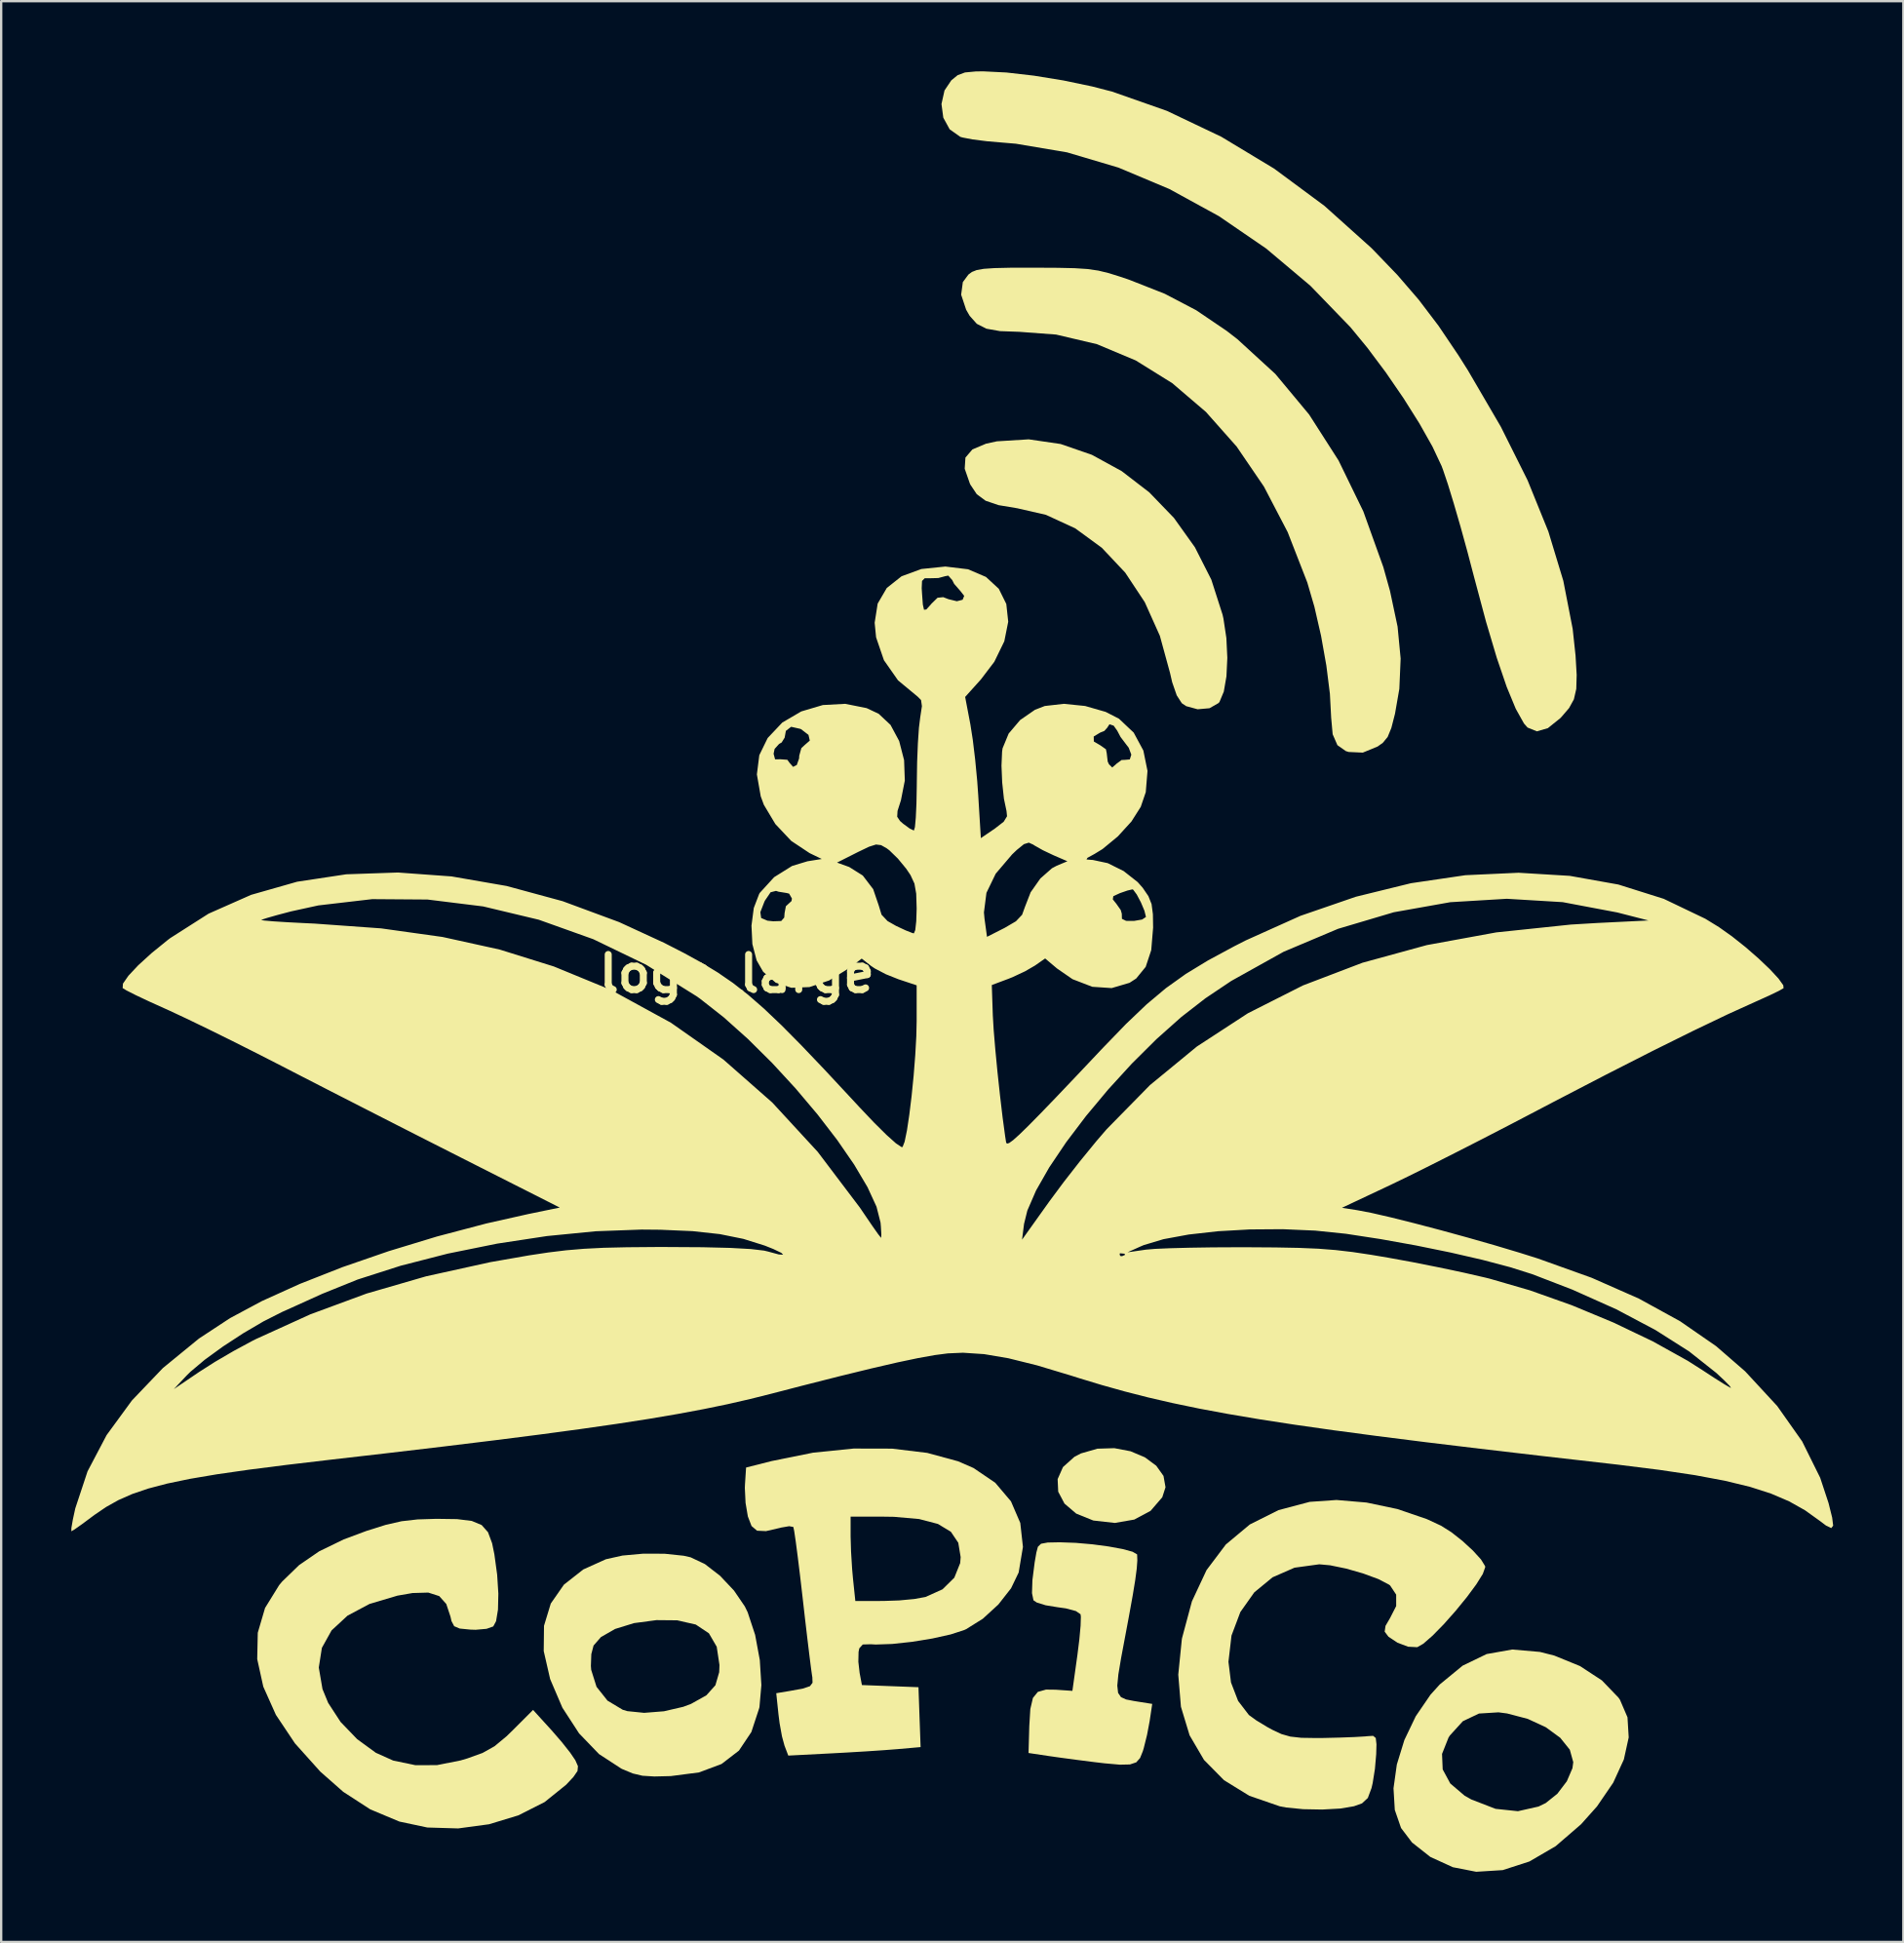
<source format=kicad_pcb>
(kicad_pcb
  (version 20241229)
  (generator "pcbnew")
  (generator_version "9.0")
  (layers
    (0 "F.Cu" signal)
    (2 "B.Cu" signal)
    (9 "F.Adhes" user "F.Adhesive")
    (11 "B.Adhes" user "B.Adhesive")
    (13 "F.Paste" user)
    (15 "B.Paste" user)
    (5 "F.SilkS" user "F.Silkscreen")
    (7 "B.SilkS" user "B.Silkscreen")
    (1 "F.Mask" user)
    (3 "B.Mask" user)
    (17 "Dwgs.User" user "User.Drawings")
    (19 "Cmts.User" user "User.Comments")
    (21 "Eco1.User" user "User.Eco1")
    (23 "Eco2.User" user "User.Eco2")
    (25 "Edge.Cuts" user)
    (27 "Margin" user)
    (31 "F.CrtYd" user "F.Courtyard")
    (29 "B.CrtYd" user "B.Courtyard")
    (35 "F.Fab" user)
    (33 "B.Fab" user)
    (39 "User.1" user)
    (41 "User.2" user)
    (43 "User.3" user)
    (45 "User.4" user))
  (footprint "logo_large"
    (layer "F.Cu")
    (at 28.447 38.569)
    (property "Reference" "logo_large" (at 0 0 0) (layer "F.SilkS") (effects (font (size 1.5 1.5) (thickness 0.3))))
    (attr board_only exclude_from_pos_files exclude_from_bom)
    (fp_poly (pts (xy 16.825 20.411) (xy 17.438 20.67) (xy 17.924 21.03) (xy 18.234 21.465) (xy 18.32 21.95) (xy 18.182 22.377) (xy 17.681 22.959) (xy 16.986 23.331) (xy 16.154 23.475) (xy 15.239 23.372) (xy 15.228 23.369) (xy 14.503 23.076) (xy 14.001 22.648) (xy 13.733 22.139) (xy 13.709 21.602) (xy 13.937 21.087) (xy 14.426 20.649) (xy 14.707 20.503) (xy 15.411 20.301) (xy 16.133 20.279)) (stroke (width 0) (type solid)) (fill yes) (layer "F.SilkS"))
    (fp_poly (pts (xy 13.837 -22.641) (xy 15.173 -22.179) (xy 16.447 -21.482) (xy 17.627 -20.574) (xy 18.68 -19.482) (xy 19.575 -18.23) (xy 20.278 -16.843) (xy 20.758 -15.348) (xy 20.796 -15.179) (xy 20.921 -14.349) (xy 20.962 -13.5) (xy 20.924 -12.71) (xy 20.811 -12.057) (xy 20.628 -11.619) (xy 20.59 -11.571) (xy 20.201 -11.348) (xy 19.693 -11.303) (xy 19.203 -11.436) (xy 19.015 -11.563) (xy 18.799 -11.898) (xy 18.604 -12.46) (xy 18.513 -12.855) (xy 18.079 -14.442) (xy 17.433 -15.881) (xy 16.597 -17.144) (xy 15.598 -18.205) (xy 14.46 -19.037) (xy 13.208 -19.614) (xy 11.982 -19.895) (xy 11.184 -20.028) (xy 10.63 -20.216) (xy 10.252 -20.496) (xy 9.981 -20.902) (xy 9.956 -20.954) (xy 9.737 -21.584) (xy 9.768 -22.061) (xy 10.066 -22.41) (xy 10.645 -22.654) (xy 11.111 -22.756) (xy 12.473 -22.841)) (stroke (width 0) (type solid)) (fill yes) (layer "F.SilkS"))
    (fp_poly (pts (xy 34.323 28.988) (xy 34.937 29.144) (xy 36.037 29.593) (xy 36.973 30.206) (xy 37.677 30.937) (xy 37.745 31.035) (xy 38.066 31.782) (xy 38.118 32.642) (xy 37.911 33.584) (xy 37.456 34.578) (xy 36.762 35.592) (xy 36.081 36.355) (xy 34.996 37.291) (xy 33.872 37.946) (xy 32.732 38.314) (xy 31.599 38.385) (xy 30.601 38.19) (xy 29.638 37.75) (xy 28.857 37.134) (xy 28.387 36.514) (xy 28.12 35.741) (xy 28.065 34.817) (xy 28.207 33.8) (xy 28.346 33.348) (xy 30.139 33.348) (xy 30.167 34.01) (xy 30.492 34.612) (xy 31.105 35.133) (xy 31.388 35.293) (xy 32.426 35.695) (xy 33.383 35.796) (xy 34.263 35.597) (xy 34.572 35.447) (xy 35.067 35.051) (xy 35.473 34.517) (xy 35.713 33.958) (xy 35.748 33.699) (xy 35.6 33.167) (xy 35.191 32.658) (xy 34.574 32.207) (xy 33.8 31.849) (xy 32.923 31.619) (xy 32.552 31.57) (xy 31.718 31.622) (xy 31.029 31.95) (xy 30.472 32.562) (xy 30.416 32.65) (xy 30.139 33.348) (xy 28.346 33.348) (xy 28.529 32.754) (xy 29.015 31.738) (xy 29.648 30.814) (xy 30.042 30.378) (xy 31.02 29.575) (xy 32.046 29.079) (xy 33.141 28.885)) (stroke (width 0) (type solid)) (fill yes) (layer "F.SilkS"))
    (fp_poly (pts (xy 12.756 -30.177) (xy 13.715 -30.172) (xy 14.434 -30.156) (xy 14.988 -30.12) (xy 15.449 -30.053) (xy 15.891 -29.946) (xy 16.389 -29.79) (xy 16.777 -29.658) (xy 18.289 -29.062) (xy 19.63 -28.36) (xy 20.932 -27.478) (xy 21.39 -27.124) (xy 23.012 -25.638) (xy 24.457 -23.903) (xy 25.716 -21.937) (xy 26.776 -19.758) (xy 27.629 -17.383) (xy 27.915 -16.361) (xy 28.239 -14.836) (xy 28.37 -13.469) (xy 28.314 -12.177) (xy 28.129 -11.112) (xy 27.973 -10.505) (xy 27.815 -10.12) (xy 27.608 -9.869) (xy 27.384 -9.71) (xy 26.752 -9.45) (xy 26.147 -9.478) (xy 26.027 -9.516) (xy 25.667 -9.769) (xy 25.464 -10.235) (xy 25.4 -10.946) (xy 25.346 -11.965) (xy 25.195 -13.168) (xy 24.968 -14.444) (xy 24.683 -15.687) (xy 24.38 -16.723) (xy 23.54 -18.877) (xy 22.528 -20.818) (xy 21.359 -22.533) (xy 20.047 -24.012) (xy 18.606 -25.243) (xy 17.048 -26.212) (xy 15.389 -26.908) (xy 13.642 -27.319) (xy 12.069 -27.436) (xy 11.245 -27.466) (xy 10.663 -27.57) (xy 10.254 -27.778) (xy 9.95 -28.118) (xy 9.798 -28.381) (xy 9.585 -29.023) (xy 9.657 -29.561) (xy 9.895 -29.883) (xy 10.047 -29.996) (xy 10.25 -30.076) (xy 10.554 -30.129) (xy 11.011 -30.16) (xy 11.671 -30.175) (xy 12.585 -30.177)) (stroke (width 0) (type solid)) (fill yes) (layer "F.SilkS"))
    (fp_poly (pts (xy -3.094 24.791) (xy -2.276 24.877) (xy -1.978 24.944) (xy -1.368 25.233) (xy -0.722 25.732) (xy -0.126 26.363) (xy 0.338 27.043) (xy 0.46 27.293) (xy 0.779 28.258) (xy 0.979 29.336) (xy 1.046 30.404) (xy 0.965 31.336) (xy 0.955 31.386) (xy 0.618 32.412) (xy 0.086 33.207) (xy -0.656 33.778) (xy -1.619 34.138) (xy -2.817 34.294) (xy -2.822 34.295) (xy -3.529 34.312) (xy -4.035 34.281) (xy -4.45 34.183) (xy -4.885 34.002) (xy -4.939 33.977) (xy -5.893 33.355) (xy -6.745 32.471) (xy -7.459 31.372) (xy -7.983 30.148) (xy -8.111 29.589) (xy -6.241 29.589) (xy -6.228 29.754) (xy -6 30.479) (xy -5.53 31.071) (xy -4.883 31.459) (xy -4.685 31.519) (xy -3.964 31.592) (xy -3.118 31.525) (xy -2.293 31.334) (xy -1.96 31.209) (xy -1.305 30.843) (xy -0.919 30.412) (xy -0.757 29.855) (xy -0.745 29.548) (xy -0.863 28.766) (xy -1.197 28.192) (xy -1.758 27.818) (xy -2.557 27.637) (xy -3.438 27.629) (xy -4.397 27.757) (xy -5.207 28.007) (xy -5.812 28.354) (xy -6.127 28.716) (xy -6.223 29.083) (xy -6.241 29.589) (xy -8.111 29.589) (xy -8.257 28.952) (xy -8.245 27.871) (xy -7.955 26.919) (xy -7.393 26.112) (xy -6.566 25.463) (xy -5.6 25.027) (xy -4.89 24.869) (xy -4.01 24.789)) (stroke (width 0) (type solid)) (fill yes) (layer "F.SilkS"))
    (fp_poly (pts (xy 14.481 24.326) (xy 15.2 24.389) (xy 15.89 24.481) (xy 16.483 24.59) (xy 16.911 24.706) (xy 17.103 24.817) (xy 17.107 24.831) (xy 17.115 25.082) (xy 17.09 25.428) (xy 17.026 25.914) (xy 16.916 26.584) (xy 16.753 27.485) (xy 16.603 28.286) (xy 16.422 29.249) (xy 16.305 29.948) (xy 16.259 30.429) (xy 16.293 30.738) (xy 16.416 30.92) (xy 16.636 31.02) (xy 16.962 31.084) (xy 17.129 31.111) (xy 17.752 31.21) (xy 17.642 31.943) (xy 17.531 32.532) (xy 17.39 33.1) (xy 17.35 33.232) (xy 17.232 33.524) (xy 17.068 33.708) (xy 16.799 33.798) (xy 16.366 33.807) (xy 15.712 33.749) (xy 15.287 33.699) (xy 14.566 33.607) (xy 13.819 33.507) (xy 13.327 33.437) (xy 12.465 33.308) (xy 12.497 32.161) (xy 12.542 31.427) (xy 12.652 30.956) (xy 12.863 30.696) (xy 13.211 30.598) (xy 13.626 30.603) (xy 14.34 30.652) (xy 14.554 29.12) (xy 14.638 28.444) (xy 14.69 27.874) (xy 14.702 27.489) (xy 14.689 27.379) (xy 14.491 27.242) (xy 14.057 27.127) (xy 13.709 27.078) (xy 13.196 26.994) (xy 12.814 26.875) (xy 12.676 26.781) (xy 12.613 26.476) (xy 12.631 25.919) (xy 12.727 25.161) (xy 12.801 24.734) (xy 12.866 24.493) (xy 13 24.364) (xy 13.285 24.312) (xy 13.801 24.302) (xy 13.804 24.302)) (stroke (width 0) (type solid)) (fill yes) (layer "F.SilkS"))
    (fp_poly (pts (xy 11.523 -38.52) (xy 12.697 -38.385) (xy 13.952 -38.181) (xy 15.179 -37.925) (xy 16.044 -37.701) (xy 18.381 -36.88) (xy 20.702 -35.775) (xy 22.961 -34.413) (xy 25.112 -32.821) (xy 27.11 -31.028) (xy 27.186 -30.952) (xy 28.234 -29.862) (xy 29.143 -28.808) (xy 29.988 -27.695) (xy 30.843 -26.427) (xy 31.244 -25.792) (xy 32.654 -23.376) (xy 33.797 -21.087) (xy 34.684 -18.901) (xy 35.323 -16.793) (xy 35.723 -14.74) (xy 35.846 -13.597) (xy 35.894 -12.771) (xy 35.877 -12.174) (xy 35.775 -11.729) (xy 35.568 -11.353) (xy 35.237 -10.968) (xy 35.196 -10.925) (xy 34.662 -10.495) (xy 34.191 -10.36) (xy 33.794 -10.522) (xy 33.641 -10.696) (xy 33.29 -11.324) (xy 32.903 -12.26) (xy 32.479 -13.501) (xy 32.02 -15.043) (xy 31.528 -16.883) (xy 31.514 -16.935) (xy 31.226 -18.031) (xy 30.931 -19.102) (xy 30.645 -20.087) (xy 30.39 -20.919) (xy 30.182 -21.535) (xy 30.119 -21.703) (xy 29.729 -22.532) (xy 29.171 -23.521) (xy 28.49 -24.602) (xy 27.733 -25.705) (xy 26.943 -26.76) (xy 26.223 -27.635) (xy 24.508 -29.408) (xy 22.622 -30.996) (xy 20.602 -32.38) (xy 18.486 -33.539) (xy 16.309 -34.455) (xy 14.11 -35.107) (xy 11.925 -35.476) (xy 11.37 -35.523) (xy 10.684 -35.582) (xy 10.075 -35.659) (xy 9.643 -35.742) (xy 9.546 -35.771) (xy 9.094 -36.092) (xy 8.822 -36.589) (xy 8.744 -37.173) (xy 8.874 -37.754) (xy 9.165 -38.186) (xy 9.434 -38.405) (xy 9.749 -38.522) (xy 10.218 -38.566) (xy 10.537 -38.569)) (stroke (width 0) (type solid)) (fill yes) (layer "F.SilkS"))
    (fp_poly (pts (xy -11.962 23.311) (xy -11.333 23.389) (xy -10.91 23.565) (xy -10.638 23.872) (xy -10.463 24.343) (xy -10.366 24.817) (xy -10.247 25.688) (xy -10.196 26.497) (xy -10.212 27.181) (xy -10.294 27.675) (xy -10.414 27.899) (xy -10.701 28.001) (xy -11.166 28.042) (xy -11.389 28.035) (xy -11.846 27.99) (xy -12.084 27.889) (xy -12.199 27.671) (xy -12.243 27.478) (xy -12.422 26.939) (xy -12.723 26.602) (xy -13.19 26.452) (xy -13.863 26.471) (xy -14.509 26.583) (xy -15.7 26.936) (xy -16.642 27.437) (xy -17.325 28.069) (xy -17.739 28.814) (xy -17.871 29.655) (xy -17.713 30.577) (xy -17.47 31.167) (xy -16.94 31.98) (xy -16.232 32.716) (xy -15.434 33.298) (xy -14.695 33.63) (xy -13.747 33.828) (xy -12.823 33.827) (xy -11.807 33.625) (xy -11.517 33.539) (xy -10.871 33.306) (xy -10.359 33.019) (xy -9.85 32.597) (xy -9.585 32.34) (xy -8.712 31.467) (xy -7.915 32.344) (xy -7.492 32.832) (xy -7.132 33.286) (xy -6.909 33.613) (xy -6.902 33.626) (xy -6.794 33.872) (xy -6.813 34.079) (xy -6.991 34.336) (xy -7.302 34.668) (xy -8.219 35.406) (xy -9.339 35.973) (xy -10.593 36.354) (xy -11.913 36.532) (xy -13.231 36.493) (xy -14.426 36.239) (xy -15.668 35.719) (xy -16.826 34.968) (xy -17.805 34.106) (xy -18.891 32.895) (xy -19.705 31.677) (xy -20.244 30.471) (xy -20.503 29.295) (xy -20.479 28.168) (xy -20.168 27.109) (xy -19.566 26.134) (xy -19.433 25.975) (xy -18.71 25.275) (xy -17.856 24.689) (xy -16.804 24.178) (xy -15.836 23.817) (xy -15.014 23.558) (xy -14.333 23.402) (xy -13.648 23.324) (xy -12.849 23.299)) (stroke (width 0) (type solid)) (fill yes) (layer "F.SilkS"))
    (fp_poly (pts (xy 26.911 22.603) (xy 28.232 22.881) (xy 29.492 23.312) (xy 30.096 23.593) (xy 30.536 23.87) (xy 31.014 24.246) (xy 31.459 24.656) (xy 31.803 25.034) (xy 31.977 25.316) (xy 31.985 25.366) (xy 31.881 25.656) (xy 31.601 26.104) (xy 31.196 26.651) (xy 30.717 27.237) (xy 30.214 27.804) (xy 29.737 28.291) (xy 29.337 28.639) (xy 29.081 28.786) (xy 28.692 28.766) (xy 28.236 28.595) (xy 27.85 28.338) (xy 27.687 28.123) (xy 27.723 27.874) (xy 27.914 27.546) (xy 27.917 27.541) (xy 28.179 27.028) (xy 28.179 26.539) (xy 27.92 26.148) (xy 27.869 26.11) (xy 27.414 25.873) (xy 26.765 25.634) (xy 26.039 25.426) (xy 25.353 25.285) (xy 24.892 25.243) (xy 23.833 25.388) (xy 22.897 25.798) (xy 22.115 26.441) (xy 21.519 27.283) (xy 21.14 28.29) (xy 21.01 29.41) (xy 21.119 30.293) (xy 21.423 31.083) (xy 21.882 31.682) (xy 21.895 31.693) (xy 22.206 31.918) (xy 22.662 32.194) (xy 22.891 32.319) (xy 23.276 32.499) (xy 23.656 32.607) (xy 24.124 32.659) (xy 24.776 32.669) (xy 25.086 32.666) (xy 25.785 32.649) (xy 26.403 32.626) (xy 26.846 32.6) (xy 26.968 32.588) (xy 27.194 32.575) (xy 27.306 32.667) (xy 27.337 32.936) (xy 27.325 33.363) (xy 27.271 33.986) (xy 27.174 34.596) (xy 27.125 34.807) (xy 26.967 35.231) (xy 26.719 35.461) (xy 26.376 35.584) (xy 25.785 35.683) (xy 25.016 35.725) (xy 24.201 35.71) (xy 23.47 35.637) (xy 23.202 35.586) (xy 21.902 35.137) (xy 20.82 34.471) (xy 19.965 33.604) (xy 19.349 32.552) (xy 18.979 31.332) (xy 18.865 29.96) (xy 19.017 28.451) (xy 19.027 28.396) (xy 19.449 26.825) (xy 20.074 25.49) (xy 20.899 24.395) (xy 21.924 23.54) (xy 23.147 22.928) (xy 24.482 22.574) (xy 25.628 22.494)) (stroke (width 0) (type solid)) (fill yes) (layer "F.SilkS"))
    (fp_poly (pts (xy 6.631 20.299) (xy 8.135 20.481) (xy 9.455 20.84) (xy 10.113 21.127) (xy 11.043 21.758) (xy 11.714 22.551) (xy 12.112 23.475) (xy 12.226 24.5) (xy 12.043 25.594) (xy 11.717 26.27) (xy 11.178 26.958) (xy 10.512 27.569) (xy 9.801 28.014) (xy 9.717 28.052) (xy 9.135 28.241) (xy 8.352 28.415) (xy 7.481 28.557) (xy 6.637 28.648) (xy 5.932 28.672) (xy 5.723 28.66) (xy 5.379 28.67) (xy 5.231 28.836) (xy 5.2 28.988) (xy 5.191 29.411) (xy 5.245 29.883) (xy 5.343 30.404) (xy 6.552 30.45) (xy 7.761 30.496) (xy 7.806 31.776) (xy 7.852 33.056) (xy 6.866 33.143) (xy 6.293 33.187) (xy 5.521 33.239) (xy 4.662 33.29) (xy 4.038 33.324) (xy 2.196 33.419) (xy 2.034 32.993) (xy 1.926 32.596) (xy 1.825 32.037) (xy 1.777 31.66) (xy 1.682 30.753) (xy 2.291 30.651) (xy 2.83 30.552) (xy 3.123 30.452) (xy 3.233 30.306) (xy 3.224 30.067) (xy 3.211 29.992) (xy 3.17 29.7) (xy 3.101 29.154) (xy 3.011 28.414) (xy 2.908 27.538) (xy 2.807 26.654) (xy 2.7 25.733) (xy 2.6 24.921) (xy 2.515 24.269) (xy 2.45 23.828) (xy 2.413 23.648) (xy 2.235 23.614) (xy 1.887 23.674) (xy 1.841 23.687) (xy 1.243 23.825) (xy 0.861 23.807) (xy 0.626 23.607) (xy 0.471 23.205) (xy 4.86 23.205) (xy 4.86 24.044) (xy 4.879 24.697) (xy 4.925 25.445) (xy 4.961 25.847) (xy 5.062 26.811) (xy 6.255 26.81) (xy 6.936 26.787) (xy 7.583 26.726) (xy 8.057 26.64) (xy 8.062 26.639) (xy 8.788 26.312) (xy 9.293 25.815) (xy 9.544 25.19) (xy 9.564 24.935) (xy 9.462 24.322) (xy 9.145 23.852) (xy 8.592 23.518) (xy 7.787 23.308) (xy 6.711 23.213) (xy 6.232 23.206) (xy 4.86 23.205) (xy 0.471 23.205) (xy 0.469 23.201) (xy 0.468 23.197) (xy 0.37 22.619) (xy 0.339 21.979) (xy 0.345 21.834) (xy 0.392 21.107) (xy 1.49 20.829) (xy 3.26 20.471) (xy 4.99 20.295)) (stroke (width 0) (type solid)) (fill yes) (layer "F.SilkS"))
    (fp_poly (pts (xy 9.881 -17.287) (xy 10.646 -16.959) (xy 11.194 -16.453) (xy 11.515 -15.804) (xy 11.597 -15.045) (xy 11.43 -14.21) (xy 11.003 -13.333) (xy 10.43 -12.58) (xy 9.756 -11.83) (xy 9.979 -10.658) (xy 10.082 -9.999) (xy 10.184 -9.152) (xy 10.271 -8.243) (xy 10.314 -7.641) (xy 10.427 -5.796) (xy 11.029 -6.206) (xy 11.403 -6.496) (xy 11.546 -6.73) (xy 11.524 -6.953) (xy 11.413 -7.481) (xy 11.339 -8.176) (xy 11.309 -8.894) (xy 11.335 -9.493) (xy 11.355 -9.633) (xy 11.564 -10.139) (xy 15.251 -10.139) (xy 15.256 -9.926) (xy 15.529 -9.765) (xy 15.774 -9.593) (xy 15.807 -9.427) (xy 15.849 -9.069) (xy 15.903 -8.952) (xy 16.043 -8.815) (xy 16.201 -8.951) (xy 16.213 -8.966) (xy 16.443 -9.135) (xy 16.566 -9.139) (xy 16.793 -9.159) (xy 16.858 -9.363) (xy 16.747 -9.659) (xy 16.66 -9.772) (xy 16.398 -10.119) (xy 16.256 -10.387) (xy 16.104 -10.602) (xy 15.925 -10.662) (xy 15.836 -10.528) (xy 15.836 -10.523) (xy 15.705 -10.377) (xy 15.522 -10.303) (xy 15.251 -10.139) (xy 11.564 -10.139) (xy 11.616 -10.265) (xy 12.105 -10.842) (xy 12.738 -11.28) (xy 13.159 -11.443) (xy 13.972 -11.536) (xy 14.884 -11.444) (xy 15.762 -11.191) (xy 16.33 -10.9) (xy 16.96 -10.305) (xy 17.373 -9.539) (xy 17.55 -8.668) (xy 17.476 -7.761) (xy 17.262 -7.134) (xy 16.863 -6.506) (xy 16.282 -5.868) (xy 15.627 -5.328) (xy 15.287 -5.12) (xy 14.983 -4.953) (xy 14.943 -4.884) (xy 15.152 -4.865) (xy 15.209 -4.863) (xy 15.85 -4.726) (xy 16.531 -4.388) (xy 17.13 -3.916) (xy 17.344 -3.674) (xy 17.588 -3.316) (xy 17.724 -2.977) (xy 17.781 -2.543) (xy 17.79 -1.972) (xy 17.71 -1.009) (xy 17.473 -0.293) (xy 17.066 0.205) (xy 16.782 0.389) (xy 16.019 0.614) (xy 15.19 0.559) (xy 14.345 0.233) (xy 13.682 -0.224) (xy 13.175 -0.652) (xy 12.741 -0.349) (xy 12.319 -0.104) (xy 11.782 0.147) (xy 11.602 0.219) (xy 10.895 0.484) (xy 10.938 1.771) (xy 10.974 2.39) (xy 11.044 3.229) (xy 11.137 4.195) (xy 11.245 5.197) (xy 11.357 6.144) (xy 11.465 6.942) (xy 11.507 7.212) (xy 11.543 7.263) (xy 11.637 7.236) (xy 11.808 7.112) (xy 12.076 6.872) (xy 12.459 6.499) (xy 12.977 5.973) (xy 13.649 5.275) (xy 14.494 4.387) (xy 15.531 3.289) (xy 15.643 3.171) (xy 16.635 2.145) (xy 17.508 1.313) (xy 18.334 0.619) (xy 19.186 0.01) (xy 20.137 -0.569) (xy 21.259 -1.174) (xy 21.752 -1.425) (xy 24.09 -2.475) (xy 26.452 -3.289) (xy 28.81 -3.868) (xy 31.139 -4.211) (xy 33.41 -4.316) (xy 35.598 -4.183) (xy 37.676 -3.812) (xy 39.616 -3.201) (xy 41.392 -2.35) (xy 41.975 -1.992) (xy 42.531 -1.598) (xy 43.11 -1.138) (xy 43.665 -0.654) (xy 44.151 -0.192) (xy 44.519 0.205) (xy 44.725 0.493) (xy 44.737 0.619) (xy 44.536 0.733) (xy 44.133 0.928) (xy 43.612 1.164) (xy 43.588 1.174) (xy 42.36 1.73) (xy 40.871 2.443) (xy 39.129 3.306) (xy 37.142 4.318) (xy 34.918 5.472) (xy 34.259 5.818) (xy 33.075 6.437) (xy 31.867 7.061) (xy 30.694 7.66) (xy 29.616 8.204) (xy 28.691 8.663) (xy 27.98 9.007) (xy 27.943 9.025) (xy 25.861 10.005) (xy 26.532 10.11) (xy 27.125 10.224) (xy 27.955 10.415) (xy 28.958 10.666) (xy 30.074 10.959) (xy 31.237 11.278) (xy 32.387 11.606) (xy 33.459 11.927) (xy 34.236 12.172) (xy 36.534 12.996) (xy 38.551 13.885) (xy 40.315 14.854) (xy 41.856 15.92) (xy 43.095 16.995) (xy 44.466 18.478) (xy 45.532 19.99) (xy 46.302 21.543) (xy 46.661 22.631) (xy 46.814 23.246) (xy 46.857 23.591) (xy 46.776 23.695) (xy 46.554 23.589) (xy 46.268 23.374) (xy 45.652 22.933) (xy 44.974 22.552) (xy 44.2 22.221) (xy 43.295 21.93) (xy 42.223 21.671) (xy 40.951 21.433) (xy 39.443 21.208) (xy 37.665 20.985) (xy 37.238 20.936) (xy 34.361 20.607) (xy 31.772 20.304) (xy 29.449 20.024) (xy 27.367 19.761) (xy 25.503 19.513) (xy 23.832 19.275) (xy 22.333 19.044) (xy 20.98 18.815) (xy 19.751 18.586) (xy 18.621 18.351) (xy 17.567 18.108) (xy 16.566 17.852) (xy 15.594 17.58) (xy 14.628 17.287) (xy 14.268 17.173) (xy 12.821 16.738) (xy 11.604 16.436) (xy 10.568 16.26) (xy 9.665 16.2) (xy 9.017 16.228) (xy 8.463 16.3) (xy 7.748 16.428) (xy 6.848 16.617) (xy 5.738 16.874) (xy 4.393 17.203) (xy 2.789 17.61) (xy 1.49 17.947) (xy 0.569 18.178) (xy -0.392 18.398) (xy -1.42 18.61) (xy -2.538 18.819) (xy -3.772 19.029) (xy -5.148 19.242) (xy -6.689 19.463) (xy -8.421 19.696) (xy -10.369 19.944) (xy -12.558 20.211) (xy -15.013 20.501) (xy -17.325 20.767) (xy -19.23 20.992) (xy -20.854 21.199) (xy -22.227 21.396) (xy -23.381 21.591) (xy -24.348 21.792) (xy -25.159 22.005) (xy -25.844 22.238) (xy -26.436 22.499) (xy -26.964 22.795) (xy -27.462 23.134) (xy -27.564 23.21) (xy -27.991 23.527) (xy -28.309 23.751) (xy -28.447 23.832) (xy -28.446 23.693) (xy -28.383 23.33) (xy -28.28 22.855) (xy -27.755 21.269) (xy -26.941 19.722) (xy -25.859 18.241) (xy -25.395 17.755) (xy -24.067 17.755) (xy -22.98 17.018) (xy -22.308 16.59) (xy -21.502 16.12) (xy -20.713 15.694) (xy -20.55 15.612) (xy -18.231 14.558) (xy -15.829 13.671) (xy -13.285 12.934) (xy -10.539 12.328) (xy -8.888 12.039) (xy -8.066 11.915) (xy -7.306 11.822) (xy -6.539 11.757) (xy -5.694 11.714) (xy -4.702 11.691) (xy -3.492 11.681) (xy -2.979 11.681) (xy -1.477 11.69) (xy -0.287 11.719) (xy 0.594 11.768) (xy 1.166 11.835) (xy 1.324 11.873) (xy 1.789 11.999) (xy 1.976 12.012) (xy 1.934 11.968) (xy 16.358 11.968) (xy 16.38 12.062) (xy 16.463 12.073) (xy 16.592 12.015) (xy 16.567 11.968) (xy 16.381 11.95) (xy 16.358 11.968) (xy 1.934 11.968) (xy 1.896 11.929) (xy 1.849 11.907) (xy 16.698 11.907) (xy 17.482 11.794) (xy 17.87 11.761) (xy 18.513 11.733) (xy 19.353 11.711) (xy 20.331 11.696) (xy 21.39 11.691) (xy 21.794 11.691) (xy 23.026 11.699) (xy 24.02 11.718) (xy 24.849 11.753) (xy 25.591 11.811) (xy 26.318 11.896) (xy 27.106 12.014) (xy 27.819 12.134) (xy 28.864 12.325) (xy 29.985 12.548) (xy 31.064 12.776) (xy 31.983 12.987) (xy 32.181 13.036) (xy 33.895 13.533) (xy 35.686 14.17) (xy 37.465 14.909) (xy 39.146 15.713) (xy 40.642 16.545) (xy 41.253 16.933) (xy 41.777 17.276) (xy 42.197 17.541) (xy 42.449 17.688) (xy 42.49 17.705) (xy 42.427 17.61) (xy 42.183 17.364) (xy 41.863 17.065) (xy 40.702 16.145) (xy 39.264 15.231) (xy 37.587 14.343) (xy 35.705 13.501) (xy 33.994 12.842) (xy 33.051 12.544) (xy 31.864 12.23) (xy 30.5 11.916) (xy 29.027 11.615) (xy 27.513 11.343) (xy 26.027 11.115) (xy 24.718 10.98) (xy 23.329 10.92) (xy 21.923 10.93) (xy 20.563 11.007) (xy 19.311 11.148) (xy 18.231 11.347) (xy 17.385 11.601) (xy 17.247 11.66) (xy 16.698 11.907) (xy 1.849 11.907) (xy 1.555 11.766) (xy 1.191 11.621) (xy 0.382 11.367) (xy 12.188 11.367) (xy 13.363 9.721) (xy 13.967 8.907) (xy 14.667 8.011) (xy 15.363 7.159) (xy 15.803 6.648) (xy 17.654 4.762) (xy 19.661 3.112) (xy 21.837 1.693) (xy 24.194 0.501) (xy 26.741 -0.47) (xy 29.491 -1.224) (xy 32.456 -1.766) (xy 35.646 -2.101) (xy 36.767 -2.168) (xy 38.962 -2.276) (xy 37.63 -2.618) (xy 35.297 -3.059) (xy 32.908 -3.203) (xy 30.492 -3.057) (xy 28.078 -2.627) (xy 25.694 -1.919) (xy 23.368 -0.938) (xy 21.13 0.309) (xy 20.027 1.049) (xy 18.995 1.85) (xy 17.937 2.793) (xy 16.885 3.838) (xy 15.87 4.948) (xy 14.922 6.083) (xy 14.071 7.207) (xy 13.349 8.28) (xy 12.787 9.265) (xy 12.414 10.124) (xy 12.273 10.695) (xy 12.188 11.367) (xy 0.382 11.367) (xy 0.277 11.334) (xy -0.731 11.13) (xy -1.895 11.003) (xy -3.275 10.943) (xy -4.077 10.936) (xy -6.036 11.008) (xy -8.117 11.213) (xy -10.249 11.537) (xy -12.357 11.964) (xy -14.369 12.481) (xy -16.213 13.072) (xy -17.717 13.679) (xy -18.243 13.917) (xy -18.898 14.214) (xy -19.439 14.457) (xy -20.23 14.857) (xy -21.101 15.368) (xy -21.968 15.935) (xy -22.748 16.502) (xy -23.357 17.014) (xy -23.519 17.174) (xy -24.067 17.755) (xy -25.395 17.755) (xy -24.535 16.855) (xy -22.992 15.593) (xy -21.663 14.72) (xy -20.301 13.991) (xy -18.681 13.258) (xy -16.857 12.541) (xy -14.884 11.859) (xy -12.817 11.231) (xy -10.709 10.675) (xy -8.921 10.273) (xy -7.572 9.995) (xy -11.821 7.845) (xy -13.112 7.19) (xy -14.515 6.477) (xy -15.949 5.745) (xy -17.332 5.038) (xy -18.583 4.396) (xy -19.442 3.953) (xy -20.501 3.411) (xy -21.576 2.871) (xy -22.601 2.365) (xy -23.509 1.926) (xy -24.233 1.587) (xy -24.459 1.485) (xy -25.128 1.183) (xy -25.693 0.916) (xy -26.092 0.714) (xy -26.255 0.614) (xy -26.242 0.424) (xy -26.009 0.087) (xy -25.59 -0.359) (xy -25.02 -0.879) (xy -24.334 -1.436) (xy -24.224 -1.52) (xy -23.004 -2.298) (xy -20.332 -2.298) (xy -20.204 -2.273) (xy -19.815 -2.239) (xy -19.219 -2.201) (xy -18.467 -2.162) (xy -18.06 -2.143) (xy -15.208 -1.938) (xy -12.583 -1.571) (xy -10.138 -1.032) (xy -7.825 -0.31) (xy -5.595 0.606) (xy -5.224 0.78) (xy -2.82 2.095) (xy -0.578 3.668) (xy 1.51 5.504) (xy 3.452 7.611) (xy 5.256 9.996) (xy 5.468 10.309) (xy 5.787 10.777) (xy 6.032 11.124) (xy 6.158 11.285) (xy 6.164 11.289) (xy 6.174 11.15) (xy 6.154 10.801) (xy 6.139 10.634) (xy 5.967 9.958) (xy 5.581 9.12) (xy 5.012 8.159) (xy 4.29 7.111) (xy 3.445 6.013) (xy 2.507 4.902) (xy 1.506 3.815) (xy 0.472 2.79) (xy -0.564 1.862) (xy -1.574 1.069) (xy -1.725 0.962) (xy -3.879 -0.383) (xy -6.138 -1.475) (xy -8.47 -2.308) (xy -10.844 -2.876) (xy -13.227 -3.171) (xy -15.586 -3.188) (xy -17.891 -2.919) (xy -19.055 -2.664) (xy -19.631 -2.512) (xy -20.075 -2.386) (xy -20.313 -2.308) (xy -20.332 -2.298) (xy -23.004 -2.298) (xy -22.582 -2.567) (xy -20.765 -3.371) (xy -18.796 -3.932) (xy -16.696 -4.25) (xy -14.489 -4.326) (xy -12.197 -4.159) (xy -9.842 -3.75) (xy -7.447 -3.1) (xy -5.035 -2.207) (xy -3.116 -1.323) (xy -2.26 -0.884) (xy -1.506 -0.47) (xy -0.82 -0.054) (xy -0.169 0.394) (xy 0.48 0.901) (xy 1.16 1.494) (xy 1.905 2.202) (xy 2.748 3.053) (xy 3.722 4.075) (xy 4.86 5.296) (xy 5.234 5.7) (xy 5.865 6.365) (xy 6.395 6.89) (xy 6.794 7.247) (xy 7.033 7.407) (xy 7.081 7.407) (xy 7.169 7.179) (xy 7.268 6.699) (xy 7.369 6.028) (xy 7.467 5.228) (xy 7.554 4.359) (xy 7.623 3.482) (xy 7.669 2.659) (xy 7.683 2.018) (xy 7.683 0.496) (xy 6.908 0.238) (xy 6.368 0.023) (xy 5.892 -0.226) (xy 5.734 -0.333) (xy 5.335 -0.646) (xy 4.815 -0.25) (xy 3.944 0.288) (xy 3.103 0.571) (xy 2.329 0.602) (xy 1.657 0.382) (xy 1.122 -0.084) (xy 0.843 -0.57) (xy 0.661 -1.268) (xy 0.623 -2.055) (xy 0.698 -2.632) (xy 1.002 -2.632) (xy 1.036 -2.382) (xy 1.305 -2.267) (xy 1.553 -2.241) (xy 1.894 -2.253) (xy 2.023 -2.4) (xy 2.038 -2.593) (xy 2.093 -2.885) (xy 2.195 -2.979) (xy 2.334 -3.106) (xy 2.352 -3.214) (xy 2.233 -3.422) (xy 2.129 -3.449) (xy 1.781 -3.505) (xy 1.672 -3.54) (xy 1.441 -3.482) (xy 1.198 -3.125) (xy 1.175 -3.077) (xy 1.002 -2.632) (xy 0.698 -2.632) (xy 0.722 -2.811) (xy 0.953 -3.414) (xy 0.984 -3.462) (xy 1.592 -4.127) (xy 2.356 -4.605) (xy 2.831 -4.75) (xy 4.28 -4.75) (xy 4.801 -4.561) (xy 5.38 -4.197) (xy 5.825 -3.614) (xy 6.065 -2.909) (xy 6.182 -2.524) (xy 6.439 -2.251) (xy 6.801 -2.045) (xy 7.212 -1.853) (xy 7.502 -1.739) (xy 7.565 -1.725) (xy 7.624 -1.868) (xy 7.666 -2.245) (xy 7.678 -2.619) (xy 10.559 -2.619) (xy 10.583 -2.355) (xy 10.69 -1.577) (xy 11.446 -1.96) (xy 11.927 -2.242) (xy 12.19 -2.52) (xy 12.312 -2.857) (xy 12.437 -3.178) (xy 16.067 -3.178) (xy 16.214 -2.995) (xy 16.406 -2.723) (xy 16.451 -2.567) (xy 16.457 -2.346) (xy 16.636 -2.259) (xy 16.973 -2.257) (xy 17.32 -2.316) (xy 17.481 -2.424) (xy 17.482 -2.435) (xy 17.419 -2.691) (xy 17.269 -3.048) (xy 17.09 -3.386) (xy 16.94 -3.589) (xy 16.905 -3.606) (xy 16.693 -3.555) (xy 16.374 -3.445) (xy 16.089 -3.314) (xy 16.067 -3.178) (xy 12.437 -3.178) (xy 12.555 -3.481) (xy 12.97 -4.07) (xy 13.467 -4.508) (xy 13.668 -4.615) (xy 14.126 -4.807) (xy 13.531 -5.064) (xy 13.079 -5.278) (xy 12.718 -5.482) (xy 12.665 -5.518) (xy 12.478 -5.602) (xy 12.269 -5.538) (xy 11.963 -5.29) (xy 11.761 -5.097) (xy 11.062 -4.275) (xy 10.666 -3.457) (xy 10.559 -2.619) (xy 7.678 -2.619) (xy 7.683 -2.775) (xy 7.683 -2.799) (xy 7.664 -3.421) (xy 7.588 -3.853) (xy 7.42 -4.216) (xy 7.235 -4.49) (xy 6.88 -4.921) (xy 6.516 -5.275) (xy 6.397 -5.364) (xy 6.163 -5.496) (xy 5.945 -5.522) (xy 5.648 -5.428) (xy 5.176 -5.202) (xy 5.143 -5.185) (xy 4.28 -4.75) (xy 2.831 -4.75) (xy 3.017 -4.806) (xy 3.628 -4.904) (xy 3.107 -5.155) (xy 2.323 -5.676) (xy 1.643 -6.398) (xy 1.152 -7.22) (xy 1.018 -7.584) (xy 0.854 -8.52) (xy 0.957 -9.339) (xy 0.987 -9.402) (xy 1.568 -9.402) (xy 1.632 -9.163) (xy 1.863 -9.166) (xy 2.156 -9.144) (xy 2.254 -9.01) (xy 2.402 -8.841) (xy 2.56 -8.922) (xy 2.658 -9.2) (xy 2.665 -9.321) (xy 2.755 -9.643) (xy 2.901 -9.778) (xy 3.116 -9.965) (xy 3.059 -10.209) (xy 2.747 -10.449) (xy 2.712 -10.465) (xy 2.318 -10.554) (xy 2.093 -10.38) (xy 2.041 -10.091) (xy 1.913 -9.884) (xy 1.803 -9.821) (xy 1.612 -9.609) (xy 1.568 -9.402) (xy 0.987 -9.402) (xy 1.315 -10.074) (xy 1.94 -10.736) (xy 2.751 -11.211) (xy 3.673 -11.484) (xy 4.63 -11.536) (xy 5.544 -11.353) (xy 6.059 -11.111) (xy 6.566 -10.635) (xy 6.935 -9.948) (xy 7.146 -9.129) (xy 7.177 -8.256) (xy 7.01 -7.409) (xy 7.002 -7.386) (xy 6.866 -6.958) (xy 6.851 -6.71) (xy 6.971 -6.529) (xy 7.105 -6.411) (xy 7.393 -6.201) (xy 7.565 -6.12) (xy 7.609 -6.265) (xy 7.646 -6.666) (xy 7.674 -7.266) (xy 7.688 -8.007) (xy 7.69 -8.192) (xy 7.703 -9.041) (xy 7.735 -9.842) (xy 7.78 -10.509) (xy 7.835 -10.955) (xy 7.838 -10.975) (xy 7.908 -11.437) (xy 7.871 -11.696) (xy 7.732 -11.838) (xy 6.887 -12.538) (xy 6.284 -13.4) (xy 5.949 -14.378) (xy 5.888 -15.001) (xy 6.017 -15.82) (xy 6.401 -16.478) (xy 7.899 -16.478) (xy 7.912 -16.268) (xy 7.948 -15.776) (xy 7.998 -15.556) (xy 8.097 -15.569) (xy 8.282 -15.774) (xy 8.32 -15.82) (xy 8.576 -16.07) (xy 8.819 -16.095) (xy 9.044 -16.008) (xy 9.402 -15.921) (xy 9.648 -15.984) (xy 9.715 -16.15) (xy 9.554 -16.356) (xy 9.286 -16.663) (xy 9.203 -16.826) (xy 9.035 -17.016) (xy 8.903 -16.991) (xy 8.609 -16.912) (xy 8.289 -16.904) (xy 8.027 -16.902) (xy 7.913 -16.788) (xy 7.899 -16.478) (xy 6.401 -16.478) (xy 6.407 -16.488) (xy 7.037 -16.987) (xy 7.882 -17.298) (xy 8.91 -17.404)) (stroke (width 0) (type solid)) (fill yes) (layer "F.SilkS")))
  (gr_rect
    (start -3 -3)
    (end 78.304 79.955)
    (stroke (width 0.1) (type default))
    (fill no)
    (layer "Edge.Cuts")))
</source>
